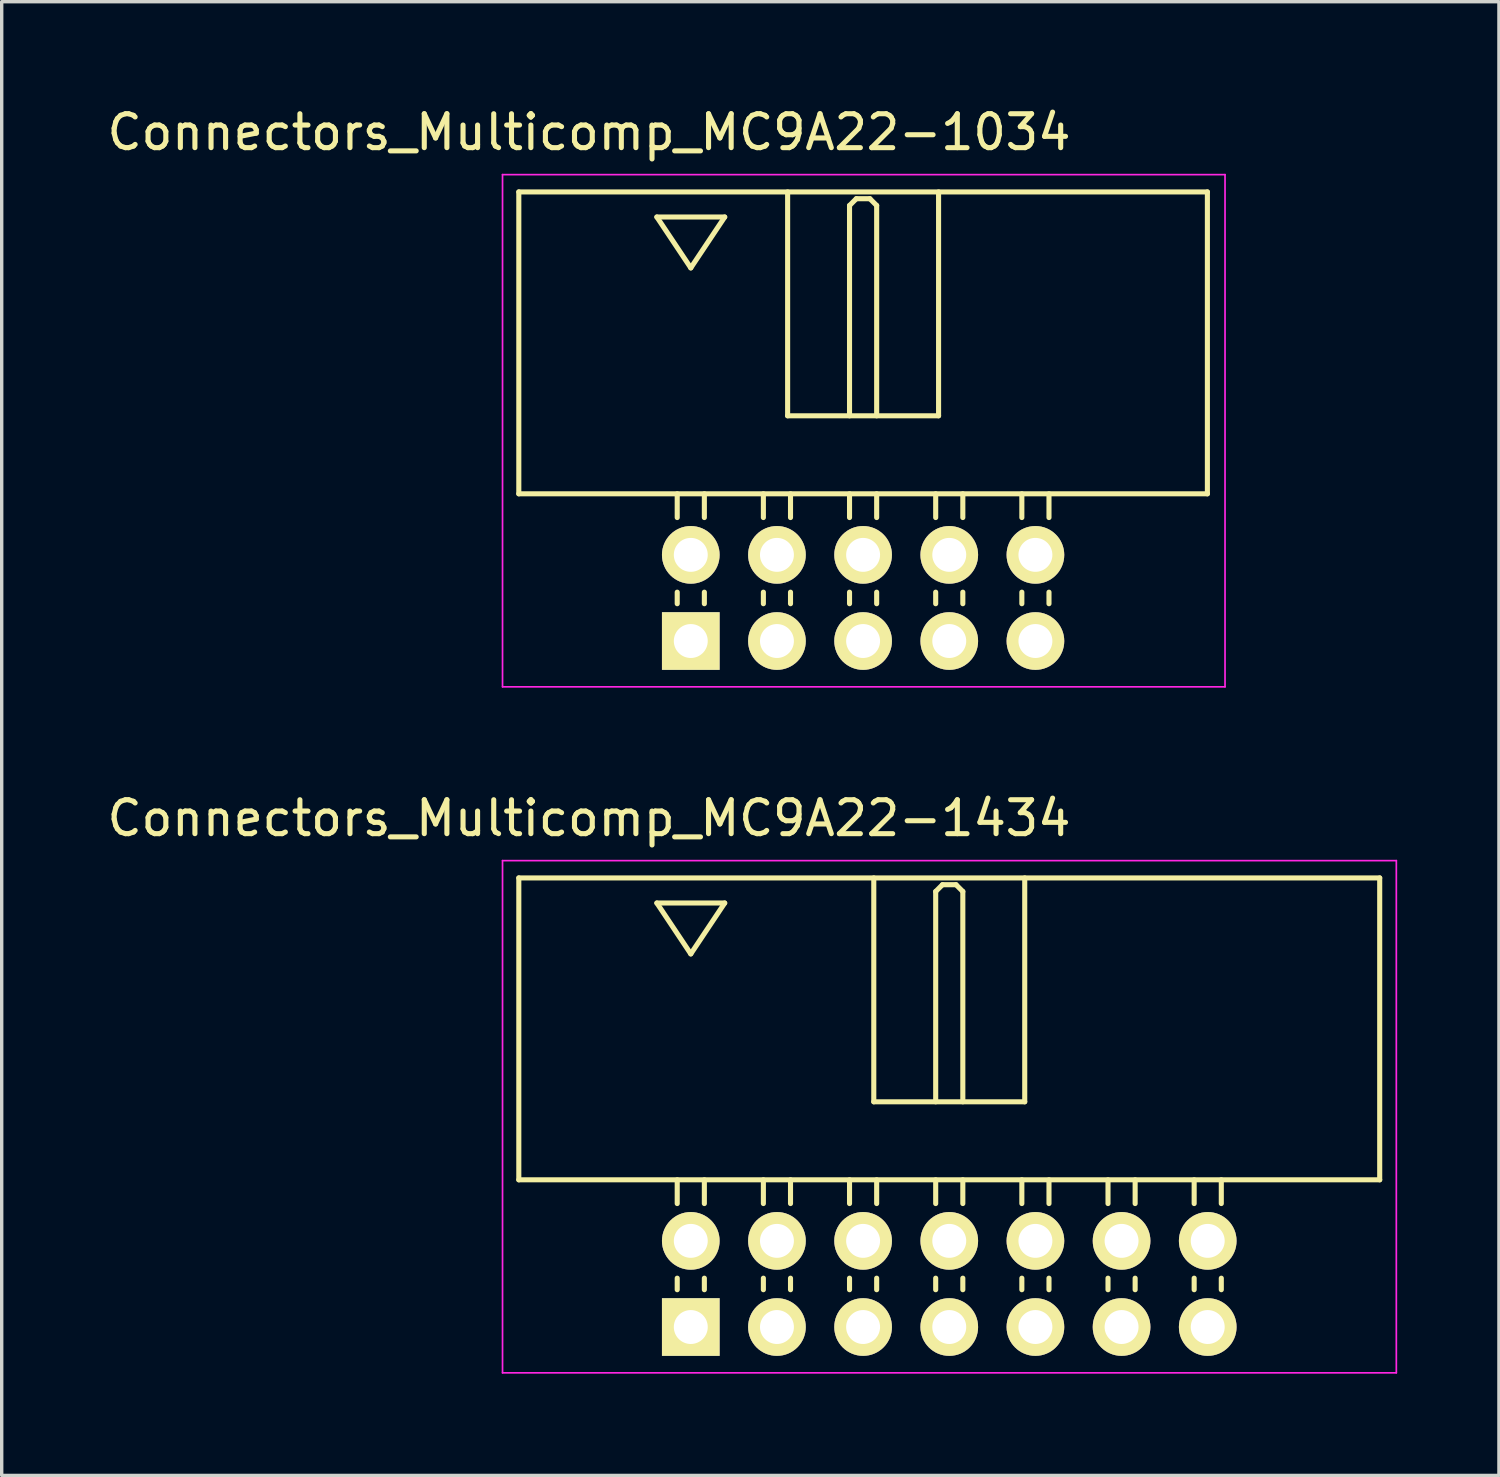
<source format=kicad_pcb>
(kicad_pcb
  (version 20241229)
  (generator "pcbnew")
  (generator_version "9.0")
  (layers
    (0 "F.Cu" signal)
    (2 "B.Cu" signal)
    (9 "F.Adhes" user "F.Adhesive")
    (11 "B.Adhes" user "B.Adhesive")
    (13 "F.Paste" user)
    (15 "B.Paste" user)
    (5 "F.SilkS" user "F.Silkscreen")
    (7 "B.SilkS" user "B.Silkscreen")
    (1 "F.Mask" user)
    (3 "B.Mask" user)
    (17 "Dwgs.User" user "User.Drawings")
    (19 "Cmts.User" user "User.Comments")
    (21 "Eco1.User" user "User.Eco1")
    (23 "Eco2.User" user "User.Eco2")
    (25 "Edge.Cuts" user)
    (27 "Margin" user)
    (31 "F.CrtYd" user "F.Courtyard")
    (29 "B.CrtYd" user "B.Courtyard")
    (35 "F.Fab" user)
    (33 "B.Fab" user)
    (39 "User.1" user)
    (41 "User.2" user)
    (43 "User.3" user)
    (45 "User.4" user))
  (footprint "Connectors_Multicomp_MC9A22-1034"
    (layer "F.Cu")
    (at 17.315 15.848)
    (property "Reference" "Connectors_Multicomp_MC9A22-1034" (at -3 -15 0) (layer "F.SilkS") (effects (font (size 1 1) (thickness 0.15))))
    (attr through_hole)
    (fp_line (start -5.07 -13.24) (end 15.23 -13.24) (stroke (width 0.15) (type solid)) (layer "F.SilkS"))
    (fp_line (start -5.07 -4.34) (end -5.07 -13.24) (stroke (width 0.15) (type solid)) (layer "F.SilkS"))
    (fp_line (start -1 -12.5) (end 1 -12.5) (stroke (width 0.15) (type solid)) (layer "F.SilkS"))
    (fp_line (start -0.4 -3.64) (end -0.4 -4.34) (stroke (width 0.15) (type solid)) (layer "F.SilkS"))
    (fp_line (start -0.4 -1.1) (end -0.4 -1.44) (stroke (width 0.15) (type solid)) (layer "F.SilkS"))
    (fp_line (start 0 -11) (end -1 -12.5) (stroke (width 0.15) (type solid)) (layer "F.SilkS"))
    (fp_line (start 0.4 -3.64) (end 0.4 -4.34) (stroke (width 0.15) (type solid)) (layer "F.SilkS"))
    (fp_line (start 0.4 -1.1) (end 0.4 -1.44) (stroke (width 0.15) (type solid)) (layer "F.SilkS"))
    (fp_line (start 1 -12.5) (end 0 -11) (stroke (width 0.15) (type solid)) (layer "F.SilkS"))
    (fp_line (start 2.14 -3.64) (end 2.14 -4.34) (stroke (width 0.15) (type solid)) (layer "F.SilkS"))
    (fp_line (start 2.14 -1.1) (end 2.14 -1.44) (stroke (width 0.15) (type solid)) (layer "F.SilkS"))
    (fp_line (start 2.855 -13.24) (end 2.855 -6.64) (stroke (width 0.15) (type solid)) (layer "F.SilkS"))
    (fp_line (start 2.855 -6.64) (end 7.305 -6.64) (stroke (width 0.15) (type solid)) (layer "F.SilkS"))
    (fp_line (start 2.94 -3.64) (end 2.94 -4.34) (stroke (width 0.15) (type solid)) (layer "F.SilkS"))
    (fp_line (start 2.94 -1.1) (end 2.94 -1.44) (stroke (width 0.15) (type solid)) (layer "F.SilkS"))
    (fp_line (start 4.68 -12.84) (end 4.88 -13.04) (stroke (width 0.15) (type solid)) (layer "F.SilkS"))
    (fp_line (start 4.68 -6.64) (end 4.68 -12.84) (stroke (width 0.15) (type solid)) (layer "F.SilkS"))
    (fp_line (start 4.68 -3.64) (end 4.68 -4.34) (stroke (width 0.15) (type solid)) (layer "F.SilkS"))
    (fp_line (start 4.68 -1.1) (end 4.68 -1.44) (stroke (width 0.15) (type solid)) (layer "F.SilkS"))
    (fp_line (start 4.88 -13.04) (end 5.28 -13.04) (stroke (width 0.15) (type solid)) (layer "F.SilkS"))
    (fp_line (start 5.28 -13.04) (end 5.48 -12.84) (stroke (width 0.15) (type solid)) (layer "F.SilkS"))
    (fp_line (start 5.48 -12.84) (end 5.48 -6.64) (stroke (width 0.15) (type solid)) (layer "F.SilkS"))
    (fp_line (start 5.48 -3.64) (end 5.48 -4.34) (stroke (width 0.15) (type solid)) (layer "F.SilkS"))
    (fp_line (start 5.48 -1.1) (end 5.48 -1.44) (stroke (width 0.15) (type solid)) (layer "F.SilkS"))
    (fp_line (start 7.22 -3.64) (end 7.22 -4.34) (stroke (width 0.15) (type solid)) (layer "F.SilkS"))
    (fp_line (start 7.22 -1.1) (end 7.22 -1.44) (stroke (width 0.15) (type solid)) (layer "F.SilkS"))
    (fp_line (start 7.305 -6.64) (end 7.305 -13.24) (stroke (width 0.15) (type solid)) (layer "F.SilkS"))
    (fp_line (start 8.02 -3.64) (end 8.02 -4.34) (stroke (width 0.15) (type solid)) (layer "F.SilkS"))
    (fp_line (start 8.02 -1.1) (end 8.02 -1.44) (stroke (width 0.15) (type solid)) (layer "F.SilkS"))
    (fp_line (start 9.76 -3.64) (end 9.76 -4.34) (stroke (width 0.15) (type solid)) (layer "F.SilkS"))
    (fp_line (start 9.76 -1.1) (end 9.76 -1.44) (stroke (width 0.15) (type solid)) (layer "F.SilkS"))
    (fp_line (start 10.56 -3.64) (end 10.56 -4.34) (stroke (width 0.15) (type solid)) (layer "F.SilkS"))
    (fp_line (start 10.56 -1.1) (end 10.56 -1.44) (stroke (width 0.15) (type solid)) (layer "F.SilkS"))
    (fp_line (start 15.23 -13.24) (end 15.23 -4.34) (stroke (width 0.15) (type solid)) (layer "F.SilkS"))
    (fp_line (start 15.23 -4.34) (end -5.07 -4.34) (stroke (width 0.15) (type solid)) (layer "F.SilkS"))
    (fp_line (start -5.55 -13.75) (end 15.75 -13.75) (stroke (width 0.05) (type solid)) (layer "F.CrtYd"))
    (fp_line (start -5.55 1.35) (end -5.55 -13.75) (stroke (width 0.05) (type solid)) (layer "F.CrtYd"))
    (fp_line (start 15.75 -13.75) (end 15.75 1.35) (stroke (width 0.05) (type solid)) (layer "F.CrtYd"))
    (fp_line (start 15.75 1.35) (end -5.55 1.35) (stroke (width 0.05) (type solid)) (layer "F.CrtYd"))
    (pad "1" thru_hole rect (at 0 0) (size 1.7 1.7) (drill 1) (layers "*.Cu" "*.Mask" "F.SilkS"))
    (pad "2" thru_hole circle (at 0 -2.54) (size 1.7 1.7) (drill 1) (layers "*.Cu" "*.Mask" "F.SilkS"))
    (pad "3" thru_hole circle (at 2.54 0) (size 1.7 1.7) (drill 1) (layers "*.Cu" "*.Mask" "F.SilkS"))
    (pad "4" thru_hole circle (at 2.54 -2.54) (size 1.7 1.7) (drill 1) (layers "*.Cu" "*.Mask" "F.SilkS"))
    (pad "5" thru_hole circle (at 5.08 0) (size 1.7 1.7) (drill 1) (layers "*.Cu" "*.Mask" "F.SilkS"))
    (pad "6" thru_hole circle (at 5.08 -2.54) (size 1.7 1.7) (drill 1) (layers "*.Cu" "*.Mask" "F.SilkS"))
    (pad "7" thru_hole circle (at 7.62 0) (size 1.7 1.7) (drill 1) (layers "*.Cu" "*.Mask" "F.SilkS"))
    (pad "8" thru_hole circle (at 7.62 -2.54) (size 1.7 1.7) (drill 1) (layers "*.Cu" "*.Mask" "F.SilkS"))
    (pad "9" thru_hole circle (at 10.16 0) (size 1.7 1.7) (drill 1) (layers "*.Cu" "*.Mask" "F.SilkS"))
    (pad "10" thru_hole circle (at 10.16 -2.54) (size 1.7 1.7) (drill 1) (layers "*.Cu" "*.Mask" "F.SilkS")))
  (footprint "Connectors_Multicomp_MC9A22-1434"
    (layer "F.Cu")
    (at 17.315 36.072)
    (property "Reference" "Connectors_Multicomp_MC9A22-1434" (at -3 -15 0) (layer "F.SilkS") (effects (font (size 1 1) (thickness 0.15))))
    (attr through_hole)
    (fp_line (start -5.07 -13.24) (end 20.31 -13.24) (stroke (width 0.15) (type solid)) (layer "F.SilkS"))
    (fp_line (start -5.07 -4.34) (end -5.07 -13.24) (stroke (width 0.15) (type solid)) (layer "F.SilkS"))
    (fp_line (start -1 -12.5) (end 1 -12.5) (stroke (width 0.15) (type solid)) (layer "F.SilkS"))
    (fp_line (start -0.4 -3.64) (end -0.4 -4.34) (stroke (width 0.15) (type solid)) (layer "F.SilkS"))
    (fp_line (start -0.4 -1.1) (end -0.4 -1.44) (stroke (width 0.15) (type solid)) (layer "F.SilkS"))
    (fp_line (start 0 -11) (end -1 -12.5) (stroke (width 0.15) (type solid)) (layer "F.SilkS"))
    (fp_line (start 0.4 -3.64) (end 0.4 -4.34) (stroke (width 0.15) (type solid)) (layer "F.SilkS"))
    (fp_line (start 0.4 -1.1) (end 0.4 -1.44) (stroke (width 0.15) (type solid)) (layer "F.SilkS"))
    (fp_line (start 1 -12.5) (end 0 -11) (stroke (width 0.15) (type solid)) (layer "F.SilkS"))
    (fp_line (start 2.14 -3.64) (end 2.14 -4.34) (stroke (width 0.15) (type solid)) (layer "F.SilkS"))
    (fp_line (start 2.14 -1.1) (end 2.14 -1.44) (stroke (width 0.15) (type solid)) (layer "F.SilkS"))
    (fp_line (start 2.94 -3.64) (end 2.94 -4.34) (stroke (width 0.15) (type solid)) (layer "F.SilkS"))
    (fp_line (start 2.94 -1.1) (end 2.94 -1.44) (stroke (width 0.15) (type solid)) (layer "F.SilkS"))
    (fp_line (start 4.68 -3.64) (end 4.68 -4.34) (stroke (width 0.15) (type solid)) (layer "F.SilkS"))
    (fp_line (start 4.68 -1.1) (end 4.68 -1.44) (stroke (width 0.15) (type solid)) (layer "F.SilkS"))
    (fp_line (start 5.395 -13.24) (end 5.395 -6.64) (stroke (width 0.15) (type solid)) (layer "F.SilkS"))
    (fp_line (start 5.395 -6.64) (end 9.845 -6.64) (stroke (width 0.15) (type solid)) (layer "F.SilkS"))
    (fp_line (start 5.48 -3.64) (end 5.48 -4.34) (stroke (width 0.15) (type solid)) (layer "F.SilkS"))
    (fp_line (start 5.48 -1.1) (end 5.48 -1.44) (stroke (width 0.15) (type solid)) (layer "F.SilkS"))
    (fp_line (start 7.22 -12.84) (end 7.42 -13.04) (stroke (width 0.15) (type solid)) (layer "F.SilkS"))
    (fp_line (start 7.22 -6.64) (end 7.22 -12.84) (stroke (width 0.15) (type solid)) (layer "F.SilkS"))
    (fp_line (start 7.22 -3.64) (end 7.22 -4.34) (stroke (width 0.15) (type solid)) (layer "F.SilkS"))
    (fp_line (start 7.22 -1.1) (end 7.22 -1.44) (stroke (width 0.15) (type solid)) (layer "F.SilkS"))
    (fp_line (start 7.42 -13.04) (end 7.82 -13.04) (stroke (width 0.15) (type solid)) (layer "F.SilkS"))
    (fp_line (start 7.82 -13.04) (end 8.02 -12.84) (stroke (width 0.15) (type solid)) (layer "F.SilkS"))
    (fp_line (start 8.02 -12.84) (end 8.02 -6.64) (stroke (width 0.15) (type solid)) (layer "F.SilkS"))
    (fp_line (start 8.02 -3.64) (end 8.02 -4.34) (stroke (width 0.15) (type solid)) (layer "F.SilkS"))
    (fp_line (start 8.02 -1.1) (end 8.02 -1.44) (stroke (width 0.15) (type solid)) (layer "F.SilkS"))
    (fp_line (start 9.76 -3.64) (end 9.76 -4.34) (stroke (width 0.15) (type solid)) (layer "F.SilkS"))
    (fp_line (start 9.76 -1.1) (end 9.76 -1.44) (stroke (width 0.15) (type solid)) (layer "F.SilkS"))
    (fp_line (start 9.845 -6.64) (end 9.845 -13.24) (stroke (width 0.15) (type solid)) (layer "F.SilkS"))
    (fp_line (start 10.56 -3.64) (end 10.56 -4.34) (stroke (width 0.15) (type solid)) (layer "F.SilkS"))
    (fp_line (start 10.56 -1.1) (end 10.56 -1.44) (stroke (width 0.15) (type solid)) (layer "F.SilkS"))
    (fp_line (start 12.3 -3.64) (end 12.3 -4.34) (stroke (width 0.15) (type solid)) (layer "F.SilkS"))
    (fp_line (start 12.3 -1.1) (end 12.3 -1.44) (stroke (width 0.15) (type solid)) (layer "F.SilkS"))
    (fp_line (start 13.1 -3.64) (end 13.1 -4.34) (stroke (width 0.15) (type solid)) (layer "F.SilkS"))
    (fp_line (start 13.1 -1.1) (end 13.1 -1.44) (stroke (width 0.15) (type solid)) (layer "F.SilkS"))
    (fp_line (start 14.84 -3.64) (end 14.84 -4.34) (stroke (width 0.15) (type solid)) (layer "F.SilkS"))
    (fp_line (start 14.84 -1.1) (end 14.84 -1.44) (stroke (width 0.15) (type solid)) (layer "F.SilkS"))
    (fp_line (start 15.64 -3.64) (end 15.64 -4.34) (stroke (width 0.15) (type solid)) (layer "F.SilkS"))
    (fp_line (start 15.64 -1.1) (end 15.64 -1.44) (stroke (width 0.15) (type solid)) (layer "F.SilkS"))
    (fp_line (start 20.31 -13.24) (end 20.31 -4.34) (stroke (width 0.15) (type solid)) (layer "F.SilkS"))
    (fp_line (start 20.31 -4.34) (end -5.07 -4.34) (stroke (width 0.15) (type solid)) (layer "F.SilkS"))
    (fp_line (start -5.55 -13.75) (end 20.8 -13.75) (stroke (width 0.05) (type solid)) (layer "F.CrtYd"))
    (fp_line (start -5.55 1.35) (end -5.55 -13.75) (stroke (width 0.05) (type solid)) (layer "F.CrtYd"))
    (fp_line (start 20.8 -13.75) (end 20.8 1.35) (stroke (width 0.05) (type solid)) (layer "F.CrtYd"))
    (fp_line (start 20.8 1.35) (end -5.55 1.35) (stroke (width 0.05) (type solid)) (layer "F.CrtYd"))
    (pad "1" thru_hole rect (at 0 0) (size 1.7 1.7) (drill 1) (layers "*.Cu" "*.Mask" "F.SilkS"))
    (pad "2" thru_hole circle (at 0 -2.54) (size 1.7 1.7) (drill 1) (layers "*.Cu" "*.Mask" "F.SilkS"))
    (pad "3" thru_hole circle (at 2.54 0) (size 1.7 1.7) (drill 1) (layers "*.Cu" "*.Mask" "F.SilkS"))
    (pad "4" thru_hole circle (at 2.54 -2.54) (size 1.7 1.7) (drill 1) (layers "*.Cu" "*.Mask" "F.SilkS"))
    (pad "5" thru_hole circle (at 5.08 0) (size 1.7 1.7) (drill 1) (layers "*.Cu" "*.Mask" "F.SilkS"))
    (pad "6" thru_hole circle (at 5.08 -2.54) (size 1.7 1.7) (drill 1) (layers "*.Cu" "*.Mask" "F.SilkS"))
    (pad "7" thru_hole circle (at 7.62 0) (size 1.7 1.7) (drill 1) (layers "*.Cu" "*.Mask" "F.SilkS"))
    (pad "8" thru_hole circle (at 7.62 -2.54) (size 1.7 1.7) (drill 1) (layers "*.Cu" "*.Mask" "F.SilkS"))
    (pad "9" thru_hole circle (at 10.16 0) (size 1.7 1.7) (drill 1) (layers "*.Cu" "*.Mask" "F.SilkS"))
    (pad "10" thru_hole circle (at 10.16 -2.54) (size 1.7 1.7) (drill 1) (layers "*.Cu" "*.Mask" "F.SilkS"))
    (pad "11" thru_hole circle (at 12.7 0) (size 1.7 1.7) (drill 1) (layers "*.Cu" "*.Mask" "F.SilkS"))
    (pad "12" thru_hole circle (at 12.7 -2.54) (size 1.7 1.7) (drill 1) (layers "*.Cu" "*.Mask" "F.SilkS"))
    (pad "13" thru_hole circle (at 15.24 0) (size 1.7 1.7) (drill 1) (layers "*.Cu" "*.Mask" "F.SilkS"))
    (pad "14" thru_hole circle (at 15.24 -2.54) (size 1.7 1.7) (drill 1) (layers "*.Cu" "*.Mask" "F.SilkS")))
  (gr_rect
    (start -3 -3)
    (end 41.14 40.447)
    (stroke (width 0.1) (type default))
    (fill no)
    (layer "Edge.Cuts")))
</source>
